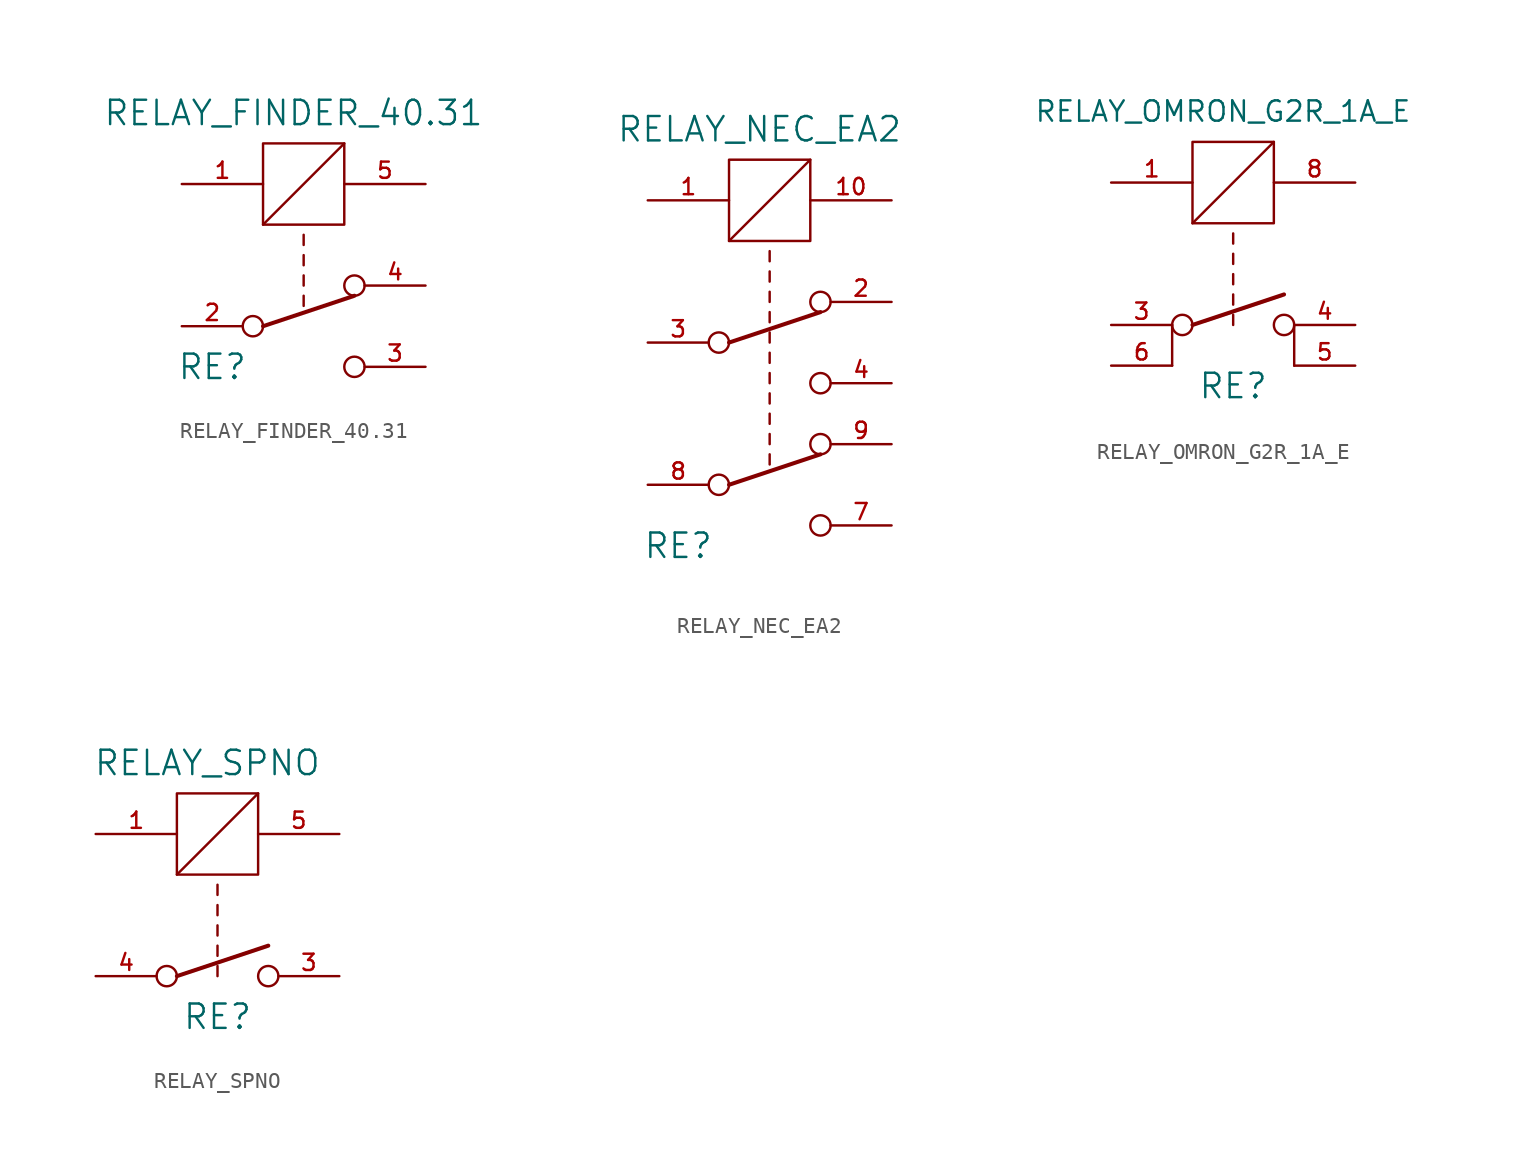
<source format=kicad_sym>
(kicad_symbol_lib
  (version 20211014)
  (generator kicad_symbol_editor)
  (symbol "RELAY_FINDER_40.31"
    (pin_names
      (offset 1.016) hide)
    (property "Reference" "RE"
      (at -5.715 -2.54 0)
      (effects (font (size 1.524 1.524))))
    (property "Value" "RELAY_FINDER_40.31"
      (at -0.635 13.335 0)
      (effects (font (size 1.524 1.524))))
    (property "Footprint" ""
      (at 0 0 0)
      (effects (font (size 1.524 1.524))))
    (property "Datasheet" ""
      (at 0 0 0)
      (effects (font (size 1.524 1.524))))
    (symbol "RELAY_FINDER_40.31_0_1"
      (circle (center -3.175 0) (radius 0.635) (stroke (width 0) (type default) (color 0 0 0 0)) (fill (type none)))
      (rectangle (start -2.54 11.43) (end 2.54 6.35) (stroke (width 0) (type default) (color 0 0 0 0)) (fill (type none)))
      (polyline (pts (xy -2.54 6.35) (xy 2.54 11.43)) (stroke (width 0) (type default) (color 0 0 0 0)) (fill (type none)))
      (polyline (pts (xy 0 1.905) (xy 0 1.27)) (stroke (width 0) (type default) (color 0 0 0 0)) (fill (type none)))
      (polyline (pts (xy 0 3.175) (xy 0 2.54)) (stroke (width 0) (type default) (color 0 0 0 0)) (fill (type none)))
      (polyline (pts (xy 0 4.445) (xy 0 3.81)) (stroke (width 0) (type default) (color 0 0 0 0)) (fill (type none)))
      (polyline (pts (xy 0 5.715) (xy 0 5.08)) (stroke (width 0) (type default) (color 0 0 0 0)) (fill (type none)))
      (polyline (pts (xy 3.175 1.905) (xy -2.54 0)) (stroke (width 0.254) (type default) (color 0 0 0 0)) (fill (type none)))
      (circle (center 3.175 -2.54) (radius 0.635) (stroke (width 0) (type default) (color 0 0 0 0)) (fill (type none)))
      (circle (center 3.175 2.54) (radius 0.635) (stroke (width 0) (type default) (color 0 0 0 0)) (fill (type none))))
    (symbol "RELAY_FINDER_40.31_1_1"
      (pin power_in line (at -7.62 8.89 0) (length 5.08) (name "C1" (effects (font (size 1.016 1.016)))) (number "1" (effects (font (size 1.016 1.016)))))
      (pin power_in line (at -7.62 0 0) (length 3.81) (name "1C" (effects (font (size 1.016 1.016)))) (number "2" (effects (font (size 1.016 1.016)))))
      (pin power_in line (at 7.62 -2.54 180) (length 3.81) (name "1NO" (effects (font (size 1.016 1.016)))) (number "3" (effects (font (size 1.016 1.016)))))
      (pin power_in line (at 7.62 2.54 180) (length 3.81) (name "1NC" (effects (font (size 1.016 1.016)))) (number "4" (effects (font (size 1.016 1.016)))))
      (pin power_in line (at 7.62 8.89 180) (length 5.08) (name "C2" (effects (font (size 1.016 1.016)))) (number "5" (effects (font (size 1.016 1.016)))))))
  (symbol "RELAY_NEC_EA2"
    (pin_names
      (offset 1.016) hide)
    (property "Reference" "RE"
      (at -5.715 -12.7 0)
      (effects (font (size 1.524 1.524))))
    (property "Value" "RELAY_NEC_EA2"
      (at -0.635 13.335 0)
      (effects (font (size 1.524 1.524))))
    (property "Footprint" ""
      (at 0 0 0)
      (effects (font (size 1.524 1.524))))
    (property "Datasheet" ""
      (at 0 0 0)
      (effects (font (size 1.524 1.524))))
    (symbol "RELAY_NEC_EA2_0_1"
      (circle (center -3.175 -8.89) (radius 0.635) (stroke (width 0) (type default) (color 0 0 0 0)) (fill (type none)))
      (circle (center -3.175 0) (radius 0.635) (stroke (width 0) (type default) (color 0 0 0 0)) (fill (type none)))
      (rectangle (start -2.54 11.43) (end 2.54 6.35) (stroke (width 0) (type default) (color 0 0 0 0)) (fill (type none)))
      (polyline (pts (xy -2.54 6.35) (xy 2.54 11.43)) (stroke (width 0) (type default) (color 0 0 0 0)) (fill (type none)))
      (polyline (pts (xy 0 -6.985) (xy 0 -7.62)) (stroke (width 0) (type default) (color 0 0 0 0)) (fill (type none)))
      (polyline (pts (xy 0 -5.715) (xy 0 -6.35)) (stroke (width 0) (type default) (color 0 0 0 0)) (fill (type none)))
      (polyline (pts (xy 0 -4.445) (xy 0 -5.08)) (stroke (width 0) (type default) (color 0 0 0 0)) (fill (type none)))
      (polyline (pts (xy 0 -3.175) (xy 0 -3.81)) (stroke (width 0) (type default) (color 0 0 0 0)) (fill (type none)))
      (polyline (pts (xy 0 -1.905) (xy 0 -2.54)) (stroke (width 0) (type default) (color 0 0 0 0)) (fill (type none)))
      (polyline (pts (xy 0 -0.635) (xy 0 -1.27)) (stroke (width 0) (type default) (color 0 0 0 0)) (fill (type none)))
      (polyline (pts (xy 0 0.635) (xy 0 0)) (stroke (width 0) (type default) (color 0 0 0 0)) (fill (type none)))
      (polyline (pts (xy 0 1.905) (xy 0 1.27)) (stroke (width 0) (type default) (color 0 0 0 0)) (fill (type none)))
      (polyline (pts (xy 0 3.175) (xy 0 2.54)) (stroke (width 0) (type default) (color 0 0 0 0)) (fill (type none)))
      (polyline (pts (xy 0 4.445) (xy 0 3.81)) (stroke (width 0) (type default) (color 0 0 0 0)) (fill (type none)))
      (polyline (pts (xy 0 5.715) (xy 0 5.08)) (stroke (width 0) (type default) (color 0 0 0 0)) (fill (type none)))
      (polyline (pts (xy 3.175 -6.985) (xy -2.54 -8.89)) (stroke (width 0.254) (type default) (color 0 0 0 0)) (fill (type none)))
      (polyline (pts (xy 3.175 1.905) (xy -2.54 0)) (stroke (width 0.254) (type default) (color 0 0 0 0)) (fill (type none)))
      (circle (center 3.175 -11.43) (radius 0.635) (stroke (width 0) (type default) (color 0 0 0 0)) (fill (type none)))
      (circle (center 3.175 -6.35) (radius 0.635) (stroke (width 0) (type default) (color 0 0 0 0)) (fill (type none)))
      (circle (center 3.175 -2.54) (radius 0.635) (stroke (width 0) (type default) (color 0 0 0 0)) (fill (type none)))
      (circle (center 3.175 2.54) (radius 0.635) (stroke (width 0) (type default) (color 0 0 0 0)) (fill (type none))))
    (symbol "RELAY_NEC_EA2_1_1"
      (pin power_in line (at -7.62 8.89 0) (length 5.08) (name "C1" (effects (font (size 1.016 1.016)))) (number "1" (effects (font (size 1.016 1.016)))))
      (pin power_in line (at 7.62 8.89 180) (length 5.08) (name "C2" (effects (font (size 1.016 1.016)))) (number "10" (effects (font (size 1.016 1.016)))))
      (pin power_in line (at 7.62 2.54 180) (length 3.81) (name "1NC" (effects (font (size 1.016 1.016)))) (number "2" (effects (font (size 1.016 1.016)))))
      (pin power_in line (at -7.62 0 0) (length 3.81) (name "1C" (effects (font (size 1.016 1.016)))) (number "3" (effects (font (size 1.016 1.016)))))
      (pin power_in line (at 7.62 -2.54 180) (length 3.81) (name "1NO" (effects (font (size 1.016 1.016)))) (number "4" (effects (font (size 1.016 1.016)))))
      (pin power_in line (at -7.62 -2.54 0) (length 3.81) hide (name "NC" (effects (font (size 1.016 1.016)))) (number "5" (effects (font (size 1.016 1.016)))))
      (pin power_in line (at -7.62 -6.35 0) (length 3.81) hide (name "NC" (effects (font (size 1.016 1.016)))) (number "6" (effects (font (size 1.016 1.016)))))
      (pin power_in line (at 7.62 -11.43 180) (length 3.81) (name "2NO" (effects (font (size 1.016 1.016)))) (number "7" (effects (font (size 1.016 1.016)))))
      (pin power_in line (at -7.62 -8.89 0) (length 3.81) (name "2C" (effects (font (size 1.016 1.016)))) (number "8" (effects (font (size 1.016 1.016)))))
      (pin power_in line (at 7.62 -6.35 180) (length 3.81) (name "2NC" (effects (font (size 1.016 1.016)))) (number "9" (effects (font (size 1.016 1.016)))))))
  (symbol "RELAY_OMRON_G2R_1A_E"
    (pin_names
      (offset 1.016) hide)
    (property "Reference" "RE"
      (at 0 -3.81 0)
      (effects (font (size 1.524 1.524))))
    (property "Value" "RELAY_OMRON_G2R_1A_E"
      (at -0.635 13.335 0)
      (effects (font (size 1.27 1.27))))
    (property "Footprint" ""
      (at 0 0 0)
      (effects (font (size 1.524 1.524))))
    (property "Datasheet" ""
      (at 0 0 0)
      (effects (font (size 1.524 1.524))))
    (symbol "RELAY_OMRON_G2R_1A_E_0_1"
      (circle (center -3.175 0) (radius 0.635) (stroke (width 0) (type default) (color 0 0 0 0)) (fill (type none)))
      (rectangle (start -2.54 11.43) (end 2.54 6.35) (stroke (width 0) (type default) (color 0 0 0 0)) (fill (type none)))
      (polyline (pts (xy -3.81 0) (xy -3.81 -2.54)) (stroke (width 0) (type default) (color 0 0 0 0)) (fill (type none)))
      (polyline (pts (xy -2.54 6.35) (xy 2.54 11.43)) (stroke (width 0) (type default) (color 0 0 0 0)) (fill (type none)))
      (polyline (pts (xy 0 0.635) (xy 0 0)) (stroke (width 0) (type default) (color 0 0 0 0)) (fill (type none)))
      (polyline (pts (xy 0 1.905) (xy 0 1.27)) (stroke (width 0) (type default) (color 0 0 0 0)) (fill (type none)))
      (polyline (pts (xy 0 3.175) (xy 0 2.54)) (stroke (width 0) (type default) (color 0 0 0 0)) (fill (type none)))
      (polyline (pts (xy 0 4.445) (xy 0 3.81)) (stroke (width 0) (type default) (color 0 0 0 0)) (fill (type none)))
      (polyline (pts (xy 0 5.715) (xy 0 5.08)) (stroke (width 0) (type default) (color 0 0 0 0)) (fill (type none)))
      (polyline (pts (xy 3.175 1.905) (xy -2.54 0)) (stroke (width 0.254) (type default) (color 0 0 0 0)) (fill (type none)))
      (polyline (pts (xy 3.81 0) (xy 3.81 -2.54)) (stroke (width 0) (type default) (color 0 0 0 0)) (fill (type none)))
      (circle (center 3.175 0) (radius 0.635) (stroke (width 0) (type default) (color 0 0 0 0)) (fill (type none))))
    (symbol "RELAY_OMRON_G2R_1A_E_1_1"
      (pin power_in line (at -7.62 8.89 0) (length 5.08) (name "C1" (effects (font (size 1.016 1.016)))) (number "1" (effects (font (size 1.016 1.016)))))
      (pin power_in line (at -7.62 0 0) (length 3.81) (name "~" (effects (font (size 1.016 1.016)))) (number "3" (effects (font (size 1.016 1.016)))))
      (pin power_in line (at 7.62 0 180) (length 3.81) (name "~" (effects (font (size 1.016 1.016)))) (number "4" (effects (font (size 1.016 1.016)))))
      (pin power_in line (at 7.62 -2.54 180) (length 3.81) (name "~" (effects (font (size 1.016 1.016)))) (number "5" (effects (font (size 1.016 1.016)))))
      (pin power_in line (at -7.62 -2.54 0) (length 3.81) (name "~" (effects (font (size 1.016 1.016)))) (number "6" (effects (font (size 1.016 1.016)))))
      (pin power_in line (at 7.62 8.89 180) (length 5.08) (name "C2" (effects (font (size 1.016 1.016)))) (number "8" (effects (font (size 1.016 1.016)))))))
  (symbol "RELAY_SPNO"
    (pin_names
      (offset 1.016) hide)
    (property "Reference" "RE"
      (at 0 -2.54 0)
      (effects (font (size 1.524 1.524))))
    (property "Value" "RELAY_SPNO"
      (at -0.635 13.335 0)
      (effects (font (size 1.524 1.524))))
    (property "Footprint" ""
      (at 0 0 0)
      (effects (font (size 1.524 1.524))))
    (property "Datasheet" ""
      (at 0 0 0)
      (effects (font (size 1.524 1.524))))
    (symbol "RELAY_SPNO_0_1"
      (circle (center -3.175 0) (radius 0.635) (stroke (width 0) (type default) (color 0 0 0 0)) (fill (type none)))
      (rectangle (start -2.54 11.43) (end 2.54 6.35) (stroke (width 0) (type default) (color 0 0 0 0)) (fill (type none)))
      (polyline (pts (xy -2.54 6.35) (xy 2.54 11.43)) (stroke (width 0) (type default) (color 0 0 0 0)) (fill (type none)))
      (polyline (pts (xy 0 0.635) (xy 0 0)) (stroke (width 0) (type default) (color 0 0 0 0)) (fill (type none)))
      (polyline (pts (xy 0 1.905) (xy 0 1.27)) (stroke (width 0) (type default) (color 0 0 0 0)) (fill (type none)))
      (polyline (pts (xy 0 3.175) (xy 0 2.54)) (stroke (width 0) (type default) (color 0 0 0 0)) (fill (type none)))
      (polyline (pts (xy 0 4.445) (xy 0 3.81)) (stroke (width 0) (type default) (color 0 0 0 0)) (fill (type none)))
      (polyline (pts (xy 0 5.715) (xy 0 5.08)) (stroke (width 0) (type default) (color 0 0 0 0)) (fill (type none)))
      (polyline (pts (xy 3.175 1.905) (xy -2.54 0)) (stroke (width 0.254) (type default) (color 0 0 0 0)) (fill (type none)))
      (circle (center 3.175 0) (radius 0.635) (stroke (width 0) (type default) (color 0 0 0 0)) (fill (type none))))
    (symbol "RELAY_SPNO_1_1"
      (pin power_in line (at -7.62 8.89 0) (length 5.08) (name "C1" (effects (font (size 1.016 1.016)))) (number "1" (effects (font (size 1.016 1.016)))))
      (pin power_in line (at 7.62 0 180) (length 3.81) (name "~" (effects (font (size 1.016 1.016)))) (number "3" (effects (font (size 1.016 1.016)))))
      (pin power_in line (at -7.62 0 0) (length 3.81) (name "~" (effects (font (size 1.016 1.016)))) (number "4" (effects (font (size 1.016 1.016)))))
      (pin power_in line (at 7.62 8.89 180) (length 5.08) (name "C2" (effects (font (size 1.016 1.016)))) (number "5" (effects (font (size 1.016 1.016))))))))
</source>
